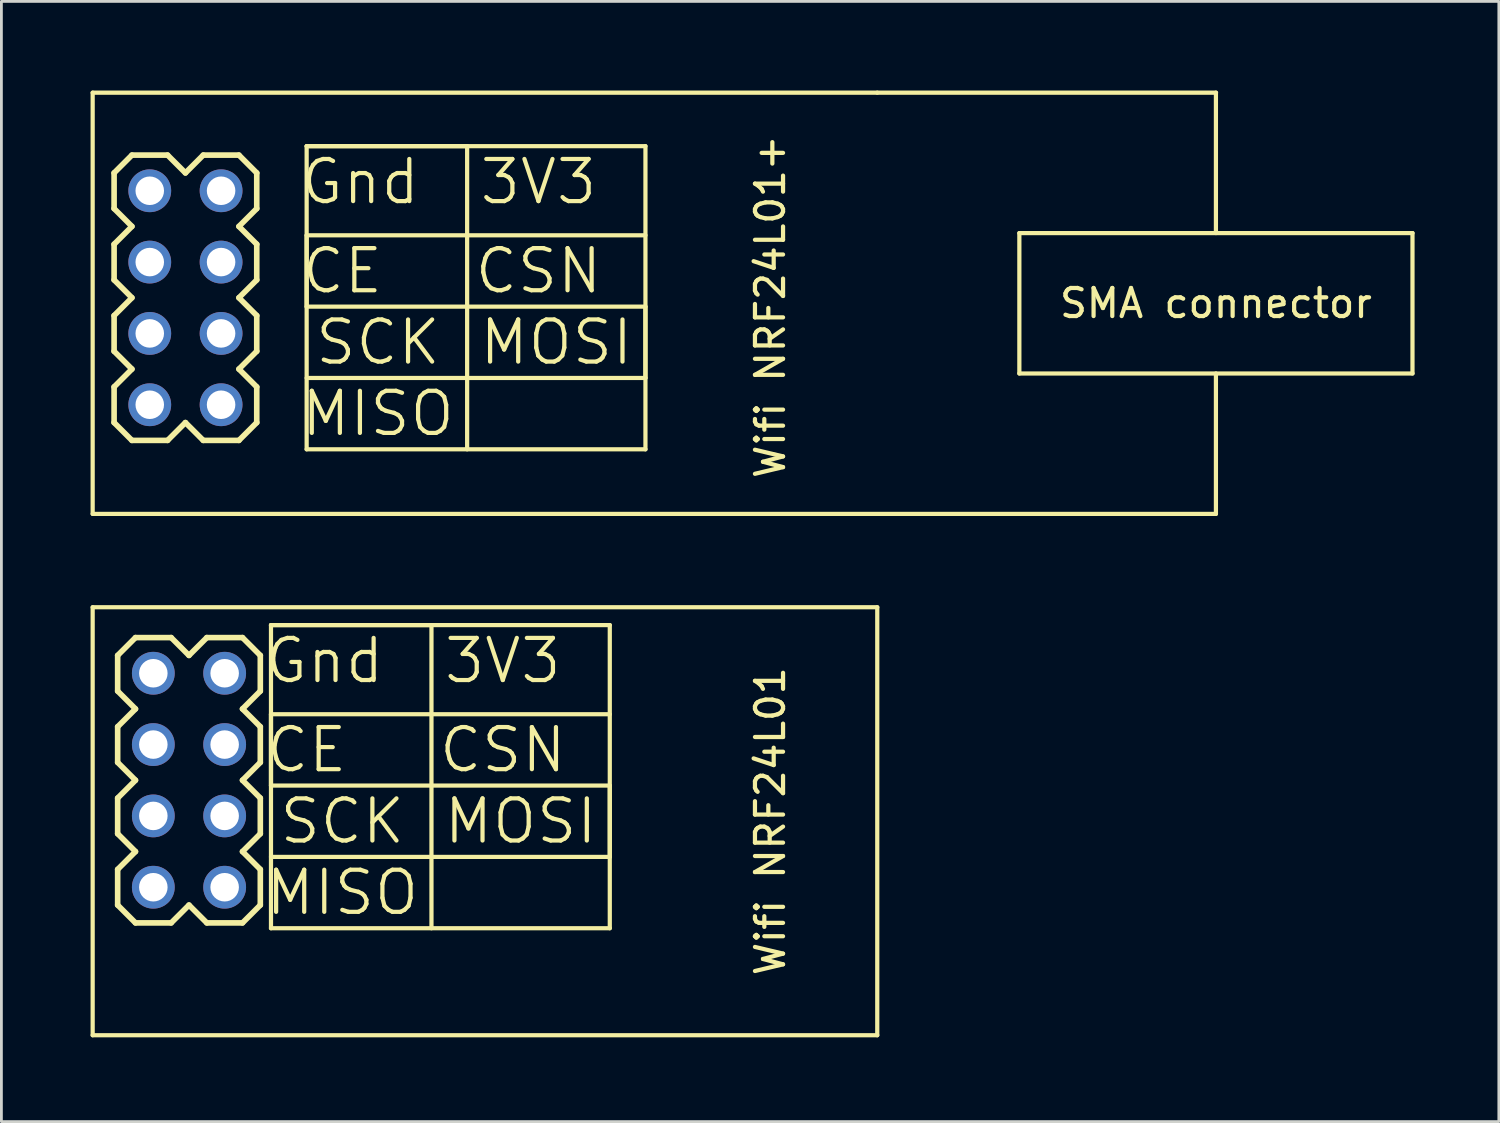
<source format=kicad_pcb>
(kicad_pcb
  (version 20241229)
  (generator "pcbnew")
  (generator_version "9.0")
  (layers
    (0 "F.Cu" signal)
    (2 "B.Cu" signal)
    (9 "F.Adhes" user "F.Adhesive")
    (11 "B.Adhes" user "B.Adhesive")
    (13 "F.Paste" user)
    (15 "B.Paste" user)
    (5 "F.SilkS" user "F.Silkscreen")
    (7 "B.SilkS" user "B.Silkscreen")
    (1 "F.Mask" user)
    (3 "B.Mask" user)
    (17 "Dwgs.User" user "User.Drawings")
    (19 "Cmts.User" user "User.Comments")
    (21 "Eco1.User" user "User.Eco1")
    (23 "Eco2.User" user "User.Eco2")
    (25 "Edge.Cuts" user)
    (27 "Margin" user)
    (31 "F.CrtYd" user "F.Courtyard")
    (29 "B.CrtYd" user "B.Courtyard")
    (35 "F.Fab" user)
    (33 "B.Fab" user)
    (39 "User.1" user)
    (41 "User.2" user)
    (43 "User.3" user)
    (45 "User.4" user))
  (footprint "WIFI-NRF24L01"
    (layer "F.Cu")
    (at 0.25 18.575)
    (property "Reference" "WIFI-NRF24L01" (at 9.525 13.97 0) (layer "Eco1.User") (effects (font (size 0.6 0.6) (thickness 0.1))))
    (attr through_hole)
    (fp_line (start 0 0) (end 27.94 0) (stroke (width 0.15) (type solid)) (layer "F.SilkS"))
    (fp_line (start 0 15.24) (end 0 0) (stroke (width 0.15) (type solid)) (layer "F.SilkS"))
    (fp_line (start 0.89 2.985) (end 0.89 1.715) (stroke (width 0.2) (type solid)) (layer "F.SilkS"))
    (fp_line (start 0.89 4.255) (end 1.525 3.62) (stroke (width 0.2) (type solid)) (layer "F.SilkS"))
    (fp_line (start 0.89 5.525) (end 0.89 4.255) (stroke (width 0.2) (type solid)) (layer "F.SilkS"))
    (fp_line (start 0.89 6.795) (end 1.525 6.16) (stroke (width 0.2) (type solid)) (layer "F.SilkS"))
    (fp_line (start 0.89 8.065) (end 0.89 6.795) (stroke (width 0.2) (type solid)) (layer "F.SilkS"))
    (fp_line (start 0.89 10.605) (end 0.89 9.335) (stroke (width 0.2) (type solid)) (layer "F.SilkS"))
    (fp_line (start 1.525 1.08) (end 0.89 1.715) (stroke (width 0.2) (type solid)) (layer "F.SilkS"))
    (fp_line (start 1.525 3.62) (end 0.89 2.985) (stroke (width 0.2) (type solid)) (layer "F.SilkS"))
    (fp_line (start 1.525 6.16) (end 0.89 5.525) (stroke (width 0.2) (type solid)) (layer "F.SilkS"))
    (fp_line (start 1.525 8.7) (end 0.89 8.065) (stroke (width 0.2) (type solid)) (layer "F.SilkS"))
    (fp_line (start 1.525 8.7) (end 0.89 9.335) (stroke (width 0.2) (type solid)) (layer "F.SilkS"))
    (fp_line (start 1.525 11.24) (end 0.89 10.605) (stroke (width 0.2) (type solid)) (layer "F.SilkS"))
    (fp_line (start 2.795 1.08) (end 1.525 1.08) (stroke (width 0.2) (type solid)) (layer "F.SilkS"))
    (fp_line (start 2.795 11.24) (end 1.525 11.24) (stroke (width 0.2) (type solid)) (layer "F.SilkS"))
    (fp_line (start 3.43 1.715) (end 2.795 1.08) (stroke (width 0.2) (type solid)) (layer "F.SilkS"))
    (fp_line (start 3.43 10.605) (end 2.795 11.24) (stroke (width 0.2) (type solid)) (layer "F.SilkS"))
    (fp_line (start 4.065 1.08) (end 3.43 1.715) (stroke (width 0.2) (type solid)) (layer "F.SilkS"))
    (fp_line (start 4.065 11.24) (end 3.43 10.605) (stroke (width 0.2) (type solid)) (layer "F.SilkS"))
    (fp_line (start 5.335 1.08) (end 4.065 1.08) (stroke (width 0.2) (type solid)) (layer "F.SilkS"))
    (fp_line (start 5.335 3.62) (end 5.97 4.255) (stroke (width 0.2) (type solid)) (layer "F.SilkS"))
    (fp_line (start 5.335 6.16) (end 5.97 6.795) (stroke (width 0.2) (type solid)) (layer "F.SilkS"))
    (fp_line (start 5.335 11.24) (end 4.065 11.24) (stroke (width 0.2) (type solid)) (layer "F.SilkS"))
    (fp_line (start 5.97 1.715) (end 5.335 1.08) (stroke (width 0.2) (type solid)) (layer "F.SilkS"))
    (fp_line (start 5.97 1.715) (end 5.97 2.985) (stroke (width 0.2) (type solid)) (layer "F.SilkS"))
    (fp_line (start 5.97 2.985) (end 5.335 3.62) (stroke (width 0.2) (type solid)) (layer "F.SilkS"))
    (fp_line (start 5.97 4.255) (end 5.97 5.525) (stroke (width 0.2) (type solid)) (layer "F.SilkS"))
    (fp_line (start 5.97 5.525) (end 5.335 6.16) (stroke (width 0.2) (type solid)) (layer "F.SilkS"))
    (fp_line (start 5.97 6.795) (end 5.97 8.065) (stroke (width 0.2) (type solid)) (layer "F.SilkS"))
    (fp_line (start 5.97 8.065) (end 5.335 8.7) (stroke (width 0.2) (type solid)) (layer "F.SilkS"))
    (fp_line (start 5.97 9.335) (end 5.335 8.7) (stroke (width 0.2) (type solid)) (layer "F.SilkS"))
    (fp_line (start 5.97 9.335) (end 5.97 10.605) (stroke (width 0.2) (type solid)) (layer "F.SilkS"))
    (fp_line (start 5.97 10.605) (end 5.335 11.24) (stroke (width 0.2) (type solid)) (layer "F.SilkS"))
    (fp_line (start 6.35 0.635) (end 12.065 0.635) (stroke (width 0.15) (type solid)) (layer "F.SilkS"))
    (fp_line (start 6.35 0.635) (end 18.415 0.635) (stroke (width 0.15) (type solid)) (layer "F.SilkS"))
    (fp_line (start 6.35 3.81) (end 18.415 3.81) (stroke (width 0.15) (type solid)) (layer "F.SilkS"))
    (fp_line (start 6.35 6.35) (end 6.35 3.81) (stroke (width 0.15) (type solid)) (layer "F.SilkS"))
    (fp_line (start 6.35 8.89) (end 18.415 8.89) (stroke (width 0.15) (type solid)) (layer "F.SilkS"))
    (fp_line (start 6.35 11.43) (end 6.35 0.635) (stroke (width 0.15) (type solid)) (layer "F.SilkS"))
    (fp_line (start 12.065 0.635) (end 12.065 11.43) (stroke (width 0.15) (type solid)) (layer "F.SilkS"))
    (fp_line (start 18.415 0.635) (end 18.415 11.43) (stroke (width 0.15) (type solid)) (layer "F.SilkS"))
    (fp_line (start 18.415 6.35) (end 6.35 6.35) (stroke (width 0.15) (type solid)) (layer "F.SilkS"))
    (fp_line (start 18.415 8.89) (end 18.415 6.35) (stroke (width 0.15) (type solid)) (layer "F.SilkS"))
    (fp_line (start 18.415 11.43) (end 6.35 11.43) (stroke (width 0.15) (type solid)) (layer "F.SilkS"))
    (fp_line (start 27.94 0) (end 27.94 15.24) (stroke (width 0.15) (type solid)) (layer "F.SilkS"))
    (fp_line (start 27.94 15.24) (end 0 15.24) (stroke (width 0.15) (type solid)) (layer "F.SilkS"))
    (fp_text user "MOSI" (at 15.24 7.62 0) (layer "F.SilkS") (effects (font (size 1.5 1.5) (thickness 0.15))))
    (fp_text user "3V3" (at 14.605 1.905 0) (layer "F.SilkS") (effects (font (size 1.5 1.5) (thickness 0.15))))
    (fp_text user "CSN" (at 14.605 5.08 0) (layer "F.SilkS") (effects (font (size 1.5 1.5) (thickness 0.15))))
    (fp_text user "SCK" (at 8.89 7.62 0) (layer "F.SilkS") (effects (font (size 1.5 1.5) (thickness 0.15))))
    (fp_text user "CE" (at 7.62 5.08 0) (layer "F.SilkS") (effects (font (size 1.5 1.5) (thickness 0.15))))
    (fp_text user "MISO" (at 8.89 10.16 0) (layer "F.SilkS") (effects (font (size 1.5 1.5) (thickness 0.15))))
    (fp_text user "Wifi NRF24L01" (at 24.13 7.62 90) (layer "F.SilkS") (effects (font (size 1 1) (thickness 0.15))))
    (fp_text user "Gnd" (at 8.255 1.905 0) (layer "F.SilkS") (effects (font (size 1.5 1.5) (thickness 0.15))))
    (pad "1" thru_hole oval (at 2.16 2.35) (size 1.524 1.524) (drill 1.016) (layers "*.Cu" "*.Mask"))
    (pad "2" thru_hole oval (at 4.7 2.35) (size 1.524 1.524) (drill 1.016) (layers "*.Cu" "*.Mask"))
    (pad "3" thru_hole oval (at 2.16 4.89) (size 1.524 1.524) (drill 1.016) (layers "*.Cu" "*.Mask"))
    (pad "4" thru_hole oval (at 4.7 4.89) (size 1.524 1.524) (drill 1.016) (layers "*.Cu" "*.Mask"))
    (pad "5" thru_hole oval (at 2.16 7.43) (size 1.524 1.524) (drill 1.016) (layers "*.Cu" "*.Mask"))
    (pad "6" thru_hole oval (at 4.7 7.43) (size 1.524 1.524) (drill 1.016) (layers "*.Cu" "*.Mask"))
    (pad "7" thru_hole oval (at 2.16 9.97) (size 1.524 1.524) (drill 1.016) (layers "*.Cu" "*.Mask"))
    (pad "8" thru_hole oval (at 4.7 9.97) (size 1.524 1.524) (drill 1.016) (layers "*.Cu" "*.Mask")))
  (footprint "WIFI-NRF24L01+"
    (layer "F.Cu")
    (at 0.25 0.25)
    (property "Reference" "WIFI-NRF24L01+" (at 9.525 13.97 0) (layer "Eco1.User") (effects (font (size 0.6 0.6) (thickness 0.1))))
    (attr through_hole)
    (fp_line (start 0 0) (end 0 15) (stroke (width 0.15) (type solid)) (layer "F.SilkS"))
    (fp_line (start 0 0) (end 27.94 0) (stroke (width 0.15) (type solid)) (layer "F.SilkS"))
    (fp_line (start 0 15) (end 40 15) (stroke (width 0.15) (type solid)) (layer "F.SilkS"))
    (fp_line (start 0.763 4.128) (end 0.763 2.858) (stroke (width 0.2) (type solid)) (layer "F.SilkS"))
    (fp_line (start 0.763 5.398) (end 1.398 4.763) (stroke (width 0.2) (type solid)) (layer "F.SilkS"))
    (fp_line (start 0.763 6.668) (end 0.763 5.398) (stroke (width 0.2) (type solid)) (layer "F.SilkS"))
    (fp_line (start 0.763 7.938) (end 1.398 7.303) (stroke (width 0.2) (type solid)) (layer "F.SilkS"))
    (fp_line (start 0.763 9.208) (end 0.763 7.938) (stroke (width 0.2) (type solid)) (layer "F.SilkS"))
    (fp_line (start 0.763 11.748) (end 0.763 10.478) (stroke (width 0.2) (type solid)) (layer "F.SilkS"))
    (fp_line (start 1.398 2.223) (end 0.763 2.858) (stroke (width 0.2) (type solid)) (layer "F.SilkS"))
    (fp_line (start 1.398 4.763) (end 0.763 4.128) (stroke (width 0.2) (type solid)) (layer "F.SilkS"))
    (fp_line (start 1.398 7.303) (end 0.763 6.668) (stroke (width 0.2) (type solid)) (layer "F.SilkS"))
    (fp_line (start 1.398 9.843) (end 0.763 9.208) (stroke (width 0.2) (type solid)) (layer "F.SilkS"))
    (fp_line (start 1.398 9.843) (end 0.763 10.478) (stroke (width 0.2) (type solid)) (layer "F.SilkS"))
    (fp_line (start 1.398 12.383) (end 0.763 11.748) (stroke (width 0.2) (type solid)) (layer "F.SilkS"))
    (fp_line (start 2.668 2.223) (end 1.398 2.223) (stroke (width 0.2) (type solid)) (layer "F.SilkS"))
    (fp_line (start 2.668 12.383) (end 1.398 12.383) (stroke (width 0.2) (type solid)) (layer "F.SilkS"))
    (fp_line (start 3.303 2.858) (end 2.668 2.223) (stroke (width 0.2) (type solid)) (layer "F.SilkS"))
    (fp_line (start 3.303 11.748) (end 2.668 12.383) (stroke (width 0.2) (type solid)) (layer "F.SilkS"))
    (fp_line (start 3.938 2.223) (end 3.303 2.858) (stroke (width 0.2) (type solid)) (layer "F.SilkS"))
    (fp_line (start 3.938 12.383) (end 3.303 11.748) (stroke (width 0.2) (type solid)) (layer "F.SilkS"))
    (fp_line (start 5.208 2.223) (end 3.938 2.223) (stroke (width 0.2) (type solid)) (layer "F.SilkS"))
    (fp_line (start 5.208 4.763) (end 5.843 5.398) (stroke (width 0.2) (type solid)) (layer "F.SilkS"))
    (fp_line (start 5.208 7.303) (end 5.843 7.938) (stroke (width 0.2) (type solid)) (layer "F.SilkS"))
    (fp_line (start 5.208 12.383) (end 3.938 12.383) (stroke (width 0.2) (type solid)) (layer "F.SilkS"))
    (fp_line (start 5.843 2.858) (end 5.208 2.223) (stroke (width 0.2) (type solid)) (layer "F.SilkS"))
    (fp_line (start 5.843 2.858) (end 5.843 4.128) (stroke (width 0.2) (type solid)) (layer "F.SilkS"))
    (fp_line (start 5.843 4.128) (end 5.208 4.763) (stroke (width 0.2) (type solid)) (layer "F.SilkS"))
    (fp_line (start 5.843 5.398) (end 5.843 6.668) (stroke (width 0.2) (type solid)) (layer "F.SilkS"))
    (fp_line (start 5.843 6.668) (end 5.208 7.303) (stroke (width 0.2) (type solid)) (layer "F.SilkS"))
    (fp_line (start 5.843 7.938) (end 5.843 9.208) (stroke (width 0.2) (type solid)) (layer "F.SilkS"))
    (fp_line (start 5.843 9.208) (end 5.208 9.843) (stroke (width 0.2) (type solid)) (layer "F.SilkS"))
    (fp_line (start 5.843 10.478) (end 5.208 9.843) (stroke (width 0.2) (type solid)) (layer "F.SilkS"))
    (fp_line (start 5.843 10.478) (end 5.843 11.748) (stroke (width 0.2) (type solid)) (layer "F.SilkS"))
    (fp_line (start 5.843 11.748) (end 5.208 12.383) (stroke (width 0.2) (type solid)) (layer "F.SilkS"))
    (fp_line (start 7.62 1.905) (end 13.335 1.905) (stroke (width 0.15) (type solid)) (layer "F.SilkS"))
    (fp_line (start 7.62 1.905) (end 19.685 1.905) (stroke (width 0.15) (type solid)) (layer "F.SilkS"))
    (fp_line (start 7.62 5.08) (end 19.685 5.08) (stroke (width 0.15) (type solid)) (layer "F.SilkS"))
    (fp_line (start 7.62 7.62) (end 7.62 5.08) (stroke (width 0.15) (type solid)) (layer "F.SilkS"))
    (fp_line (start 7.62 10.16) (end 19.685 10.16) (stroke (width 0.15) (type solid)) (layer "F.SilkS"))
    (fp_line (start 7.62 12.7) (end 7.62 1.905) (stroke (width 0.15) (type solid)) (layer "F.SilkS"))
    (fp_line (start 13.335 1.905) (end 13.335 12.7) (stroke (width 0.15) (type solid)) (layer "F.SilkS"))
    (fp_line (start 19.685 1.905) (end 19.685 12.7) (stroke (width 0.15) (type solid)) (layer "F.SilkS"))
    (fp_line (start 19.685 7.62) (end 7.62 7.62) (stroke (width 0.15) (type solid)) (layer "F.SilkS"))
    (fp_line (start 19.685 10.16) (end 19.685 7.62) (stroke (width 0.15) (type solid)) (layer "F.SilkS"))
    (fp_line (start 19.685 12.7) (end 7.62 12.7) (stroke (width 0.15) (type solid)) (layer "F.SilkS"))
    (fp_line (start 27.94 0) (end 40.005 0) (stroke (width 0.15) (type solid)) (layer "F.SilkS"))
    (fp_line (start 33 5) (end 47 5) (stroke (width 0.15) (type solid)) (layer "F.SilkS"))
    (fp_line (start 33 10) (end 33 5) (stroke (width 0.15) (type solid)) (layer "F.SilkS"))
    (fp_line (start 40 0) (end 40 5) (stroke (width 0.15) (type solid)) (layer "F.SilkS"))
    (fp_line (start 40 10) (end 40 15) (stroke (width 0.15) (type solid)) (layer "F.SilkS"))
    (fp_line (start 47 5) (end 47 10) (stroke (width 0.15) (type solid)) (layer "F.SilkS"))
    (fp_line (start 47 10) (end 33 10) (stroke (width 0.15) (type solid)) (layer "F.SilkS"))
    (fp_text user "CE" (at 8.89 6.35 0) (layer "F.SilkS") (effects (font (size 1.5 1.5) (thickness 0.15))))
    (fp_text user "SMA connector" (at 40 7.5 0) (layer "F.SilkS") (effects (font (size 1 1) (thickness 0.15))))
    (fp_text user "CSN" (at 15.875 6.35 0) (layer "F.SilkS") (effects (font (size 1.5 1.5) (thickness 0.15))))
    (fp_text user "MISO" (at 10.16 11.43 0) (layer "F.SilkS") (effects (font (size 1.5 1.5) (thickness 0.15))))
    (fp_text user "3V3" (at 15.875 3.175 0) (layer "F.SilkS") (effects (font (size 1.5 1.5) (thickness 0.15))))
    (fp_text user "MOSI" (at 16.51 8.89 0) (layer "F.SilkS") (effects (font (size 1.5 1.5) (thickness 0.15))))
    (fp_text user "Gnd" (at 9.525 3.175 0) (layer "F.SilkS") (effects (font (size 1.5 1.5) (thickness 0.15))))
    (fp_text user "Wifi NRF24L01+" (at 24.13 7.62 90) (layer "F.SilkS") (effects (font (size 1 1) (thickness 0.15))))
    (fp_text user "SCK" (at 10.16 8.89 0) (layer "F.SilkS") (effects (font (size 1.5 1.5) (thickness 0.15))))
    (pad "1" thru_hole oval (at 2.033 3.493) (size 1.524 1.524) (drill 1.016) (layers "*.Cu" "*.Mask"))
    (pad "2" thru_hole oval (at 4.573 3.493) (size 1.524 1.524) (drill 1.016) (layers "*.Cu" "*.Mask"))
    (pad "3" thru_hole oval (at 2.033 6.033) (size 1.524 1.524) (drill 1.016) (layers "*.Cu" "*.Mask"))
    (pad "4" thru_hole oval (at 4.573 6.033) (size 1.524 1.524) (drill 1.016) (layers "*.Cu" "*.Mask"))
    (pad "5" thru_hole oval (at 2.033 8.573) (size 1.524 1.524) (drill 1.016) (layers "*.Cu" "*.Mask"))
    (pad "6" thru_hole oval (at 4.573 8.573) (size 1.524 1.524) (drill 1.016) (layers "*.Cu" "*.Mask"))
    (pad "7" thru_hole oval (at 2.033 11.113) (size 1.524 1.524) (drill 1.016) (layers "*.Cu" "*.Mask"))
    (pad "8" thru_hole oval (at 4.573 11.113) (size 1.524 1.524) (drill 1.016) (layers "*.Cu" "*.Mask")))
  (gr_rect
    (start -3 -3)
    (end 50.325 36.89)
    (stroke (width 0.1) (type default))
    (fill no)
    (layer "Edge.Cuts")))
</source>
